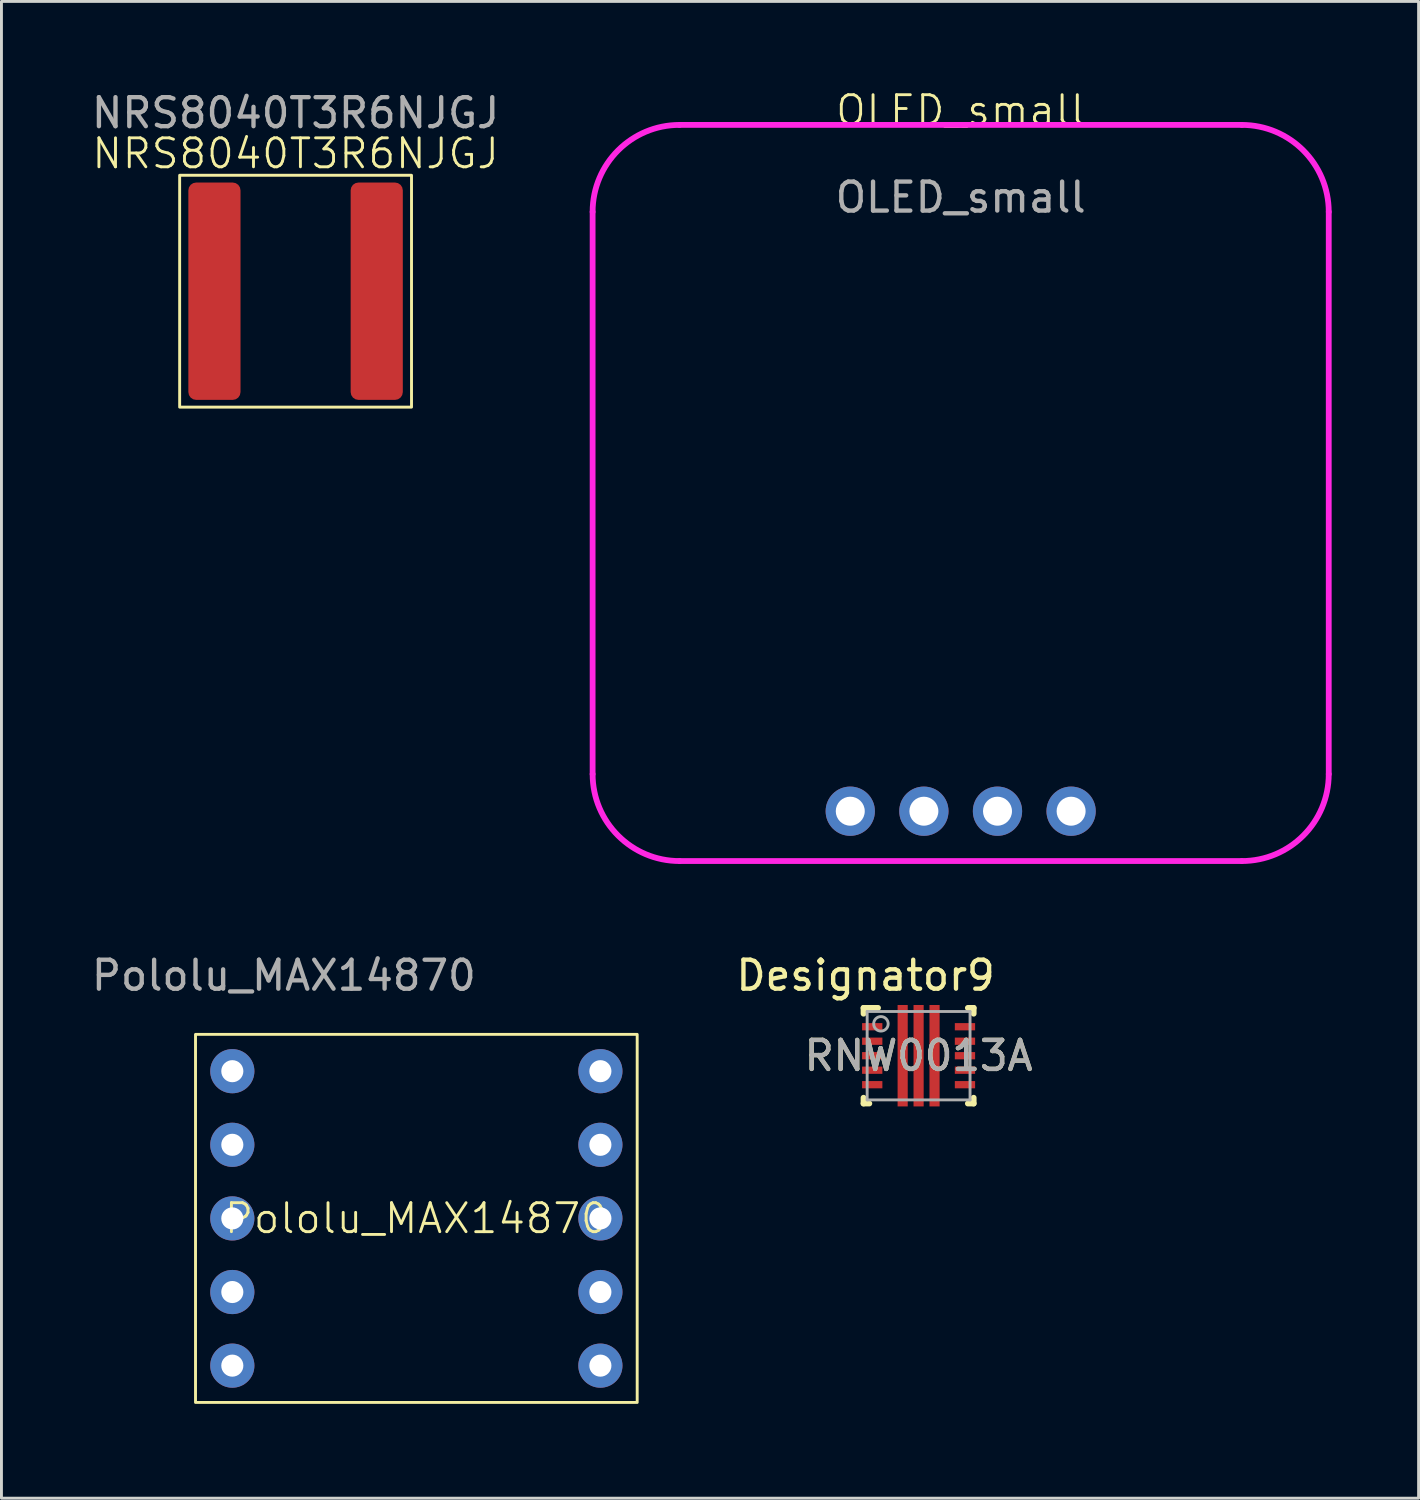
<source format=kicad_pcb>
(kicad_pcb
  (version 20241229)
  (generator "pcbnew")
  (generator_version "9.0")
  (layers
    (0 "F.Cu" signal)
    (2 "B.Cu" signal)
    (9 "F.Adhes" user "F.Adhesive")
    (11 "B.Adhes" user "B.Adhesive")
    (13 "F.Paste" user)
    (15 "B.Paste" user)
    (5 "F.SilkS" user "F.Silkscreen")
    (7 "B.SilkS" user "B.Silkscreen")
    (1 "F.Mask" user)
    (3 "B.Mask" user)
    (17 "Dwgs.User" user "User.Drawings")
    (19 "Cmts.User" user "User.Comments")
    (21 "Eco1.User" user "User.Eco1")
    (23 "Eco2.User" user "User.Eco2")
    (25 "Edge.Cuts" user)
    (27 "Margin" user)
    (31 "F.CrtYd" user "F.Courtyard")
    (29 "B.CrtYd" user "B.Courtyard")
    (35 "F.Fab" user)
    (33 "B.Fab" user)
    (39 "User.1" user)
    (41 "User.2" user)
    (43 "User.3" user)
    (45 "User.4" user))
  (footprint "RNW0013A"
    (layer "F.Cu")
    (at 28.646 33.377)
    (property "Reference" "RNW0013A" (at 0 0 0) (unlocked yes) (layer "F.SilkS") (effects (font (size 1 1) (thickness 0.15))))
    (attr smd)
    (fp_line (start -1.9 -1.65) (end -1.4 -1.65) (stroke (width 0.2) (type solid)) (layer "F.SilkS"))
    (fp_line (start -1.9 -1.45) (end -1.9 -1.65) (stroke (width 0.2) (type solid)) (layer "F.SilkS"))
    (fp_line (start -1.9 1.65) (end -1.9 1.45) (stroke (width 0.2) (type solid)) (layer "F.SilkS"))
    (fp_line (start -1.9 1.65) (end -1.7 1.65) (stroke (width 0.2) (type solid)) (layer "F.SilkS"))
    (fp_line (start 1.7 -1.65) (end 1.9 -1.65) (stroke (width 0.2) (type solid)) (layer "F.SilkS"))
    (fp_line (start 1.7 1.65) (end 1.9 1.65) (stroke (width 0.2) (type solid)) (layer "F.SilkS"))
    (fp_line (start 1.9 -1.45) (end 1.9 -1.65) (stroke (width 0.2) (type solid)) (layer "F.SilkS"))
    (fp_line (start 1.9 1.65) (end 1.9 1.45) (stroke (width 0.2) (type solid)) (layer "F.SilkS"))
    (fp_poly (pts (xy -0.675 -0.75) (xy -0.675 -1.65) (xy -0.674 -1.66) (xy -0.671 -1.669) (xy -0.667 -1.678) (xy -0.66 -1.685) (xy -0.653 -1.692) (xy -0.644 -1.696) (xy -0.635 -1.699) (xy -0.625 -1.7) (xy -0.475 -1.7) (xy -0.465 -1.699) (xy -0.456 -1.696) (xy -0.447 -1.692) (xy -0.44 -1.685) (xy -0.433 -1.678) (xy -0.429 -1.669) (xy -0.426 -1.66) (xy -0.425 -1.65) (xy -0.425 -0.75) (xy -0.426 -0.74) (xy -0.429 -0.731) (xy -0.433 -0.722) (xy -0.44 -0.715) (xy -0.447 -0.708) (xy -0.456 -0.704) (xy -0.465 -0.701) (xy -0.475 -0.7) (xy -0.625 -0.7) (xy -0.635 -0.701) (xy -0.644 -0.704) (xy -0.653 -0.708) (xy -0.66 -0.715) (xy -0.667 -0.722) (xy -0.671 -0.731) (xy -0.674 -0.74)) (stroke (width 0) (type solid)) (fill yes) (layer "F.Paste"))
    (fp_poly (pts (xy -0.675 0.45) (xy -0.675 -0.45) (xy -0.674 -0.46) (xy -0.671 -0.469) (xy -0.667 -0.478) (xy -0.66 -0.485) (xy -0.653 -0.492) (xy -0.644 -0.496) (xy -0.635 -0.499) (xy -0.625 -0.5) (xy -0.475 -0.5) (xy -0.465 -0.499) (xy -0.456 -0.496) (xy -0.447 -0.492) (xy -0.44 -0.485) (xy -0.433 -0.478) (xy -0.429 -0.469) (xy -0.426 -0.46) (xy -0.425 -0.45) (xy -0.425 0.45) (xy -0.426 0.46) (xy -0.429 0.469) (xy -0.433 0.478) (xy -0.44 0.485) (xy -0.447 0.492) (xy -0.456 0.496) (xy -0.465 0.499) (xy -0.475 0.5) (xy -0.625 0.5) (xy -0.635 0.499) (xy -0.644 0.496) (xy -0.653 0.492) (xy -0.66 0.485) (xy -0.667 0.478) (xy -0.671 0.469) (xy -0.674 0.46)) (stroke (width 0) (type solid)) (fill yes) (layer "F.Paste"))
    (fp_poly (pts (xy -0.675 1.65) (xy -0.675 0.75) (xy -0.674 0.74) (xy -0.671 0.731) (xy -0.667 0.722) (xy -0.66 0.715) (xy -0.653 0.708) (xy -0.644 0.704) (xy -0.635 0.701) (xy -0.625 0.7) (xy -0.475 0.7) (xy -0.465 0.701) (xy -0.456 0.704) (xy -0.447 0.708) (xy -0.44 0.715) (xy -0.433 0.722) (xy -0.429 0.731) (xy -0.426 0.74) (xy -0.425 0.75) (xy -0.425 1.65) (xy -0.426 1.66) (xy -0.429 1.669) (xy -0.433 1.678) (xy -0.44 1.685) (xy -0.447 1.692) (xy -0.456 1.696) (xy -0.465 1.699) (xy -0.475 1.7) (xy -0.625 1.7) (xy -0.635 1.699) (xy -0.644 1.696) (xy -0.653 1.692) (xy -0.66 1.685) (xy -0.667 1.678) (xy -0.671 1.669) (xy -0.674 1.66)) (stroke (width 0) (type solid)) (fill yes) (layer "F.Paste"))
    (fp_poly (pts (xy 0.125 -1.65) (xy 0.125 -0.75) (xy 0.124 -0.74) (xy 0.121 -0.731) (xy 0.117 -0.722) (xy 0.11 -0.715) (xy 0.103 -0.708) (xy 0.094 -0.704) (xy 0.085 -0.701) (xy 0.075 -0.7) (xy -0.075 -0.7) (xy -0.085 -0.701) (xy -0.094 -0.704) (xy -0.103 -0.708) (xy -0.11 -0.715) (xy -0.117 -0.722) (xy -0.121 -0.731) (xy -0.124 -0.74) (xy -0.125 -0.75) (xy -0.125 -1.65) (xy -0.124 -1.66) (xy -0.121 -1.669) (xy -0.117 -1.678) (xy -0.11 -1.685) (xy -0.103 -1.692) (xy -0.094 -1.696) (xy -0.085 -1.699) (xy -0.075 -1.7) (xy 0.075 -1.7) (xy 0.085 -1.699) (xy 0.094 -1.696) (xy 0.103 -1.692) (xy 0.11 -1.685) (xy 0.117 -1.678) (xy 0.121 -1.669) (xy 0.124 -1.66)) (stroke (width 0) (type solid)) (fill yes) (layer "F.Paste"))
    (fp_poly (pts (xy 0.125 -0.45) (xy 0.125 0.45) (xy 0.124 0.46) (xy 0.121 0.469) (xy 0.117 0.478) (xy 0.11 0.485) (xy 0.103 0.492) (xy 0.094 0.496) (xy 0.085 0.499) (xy 0.075 0.5) (xy -0.075 0.5) (xy -0.085 0.499) (xy -0.094 0.496) (xy -0.103 0.492) (xy -0.11 0.485) (xy -0.117 0.478) (xy -0.121 0.469) (xy -0.124 0.46) (xy -0.125 0.45) (xy -0.125 -0.45) (xy -0.124 -0.46) (xy -0.121 -0.469) (xy -0.117 -0.478) (xy -0.11 -0.485) (xy -0.103 -0.492) (xy -0.094 -0.496) (xy -0.085 -0.499) (xy -0.075 -0.5) (xy 0.075 -0.5) (xy 0.085 -0.499) (xy 0.094 -0.496) (xy 0.103 -0.492) (xy 0.11 -0.485) (xy 0.117 -0.478) (xy 0.121 -0.469) (xy 0.124 -0.46)) (stroke (width 0) (type solid)) (fill yes) (layer "F.Paste"))
    (fp_poly (pts (xy 0.125 0.75) (xy 0.125 1.65) (xy 0.124 1.66) (xy 0.121 1.669) (xy 0.117 1.678) (xy 0.11 1.685) (xy 0.103 1.692) (xy 0.094 1.696) (xy 0.085 1.699) (xy 0.075 1.7) (xy -0.075 1.7) (xy -0.085 1.699) (xy -0.094 1.696) (xy -0.103 1.692) (xy -0.11 1.685) (xy -0.117 1.678) (xy -0.121 1.669) (xy -0.124 1.66) (xy -0.125 1.65) (xy -0.125 0.75) (xy -0.124 0.74) (xy -0.121 0.731) (xy -0.117 0.722) (xy -0.11 0.715) (xy -0.103 0.708) (xy -0.094 0.704) (xy -0.085 0.701) (xy -0.075 0.7) (xy 0.075 0.7) (xy 0.085 0.701) (xy 0.094 0.704) (xy 0.103 0.708) (xy 0.11 0.715) (xy 0.117 0.722) (xy 0.121 0.731) (xy 0.124 0.74)) (stroke (width 0) (type solid)) (fill yes) (layer "F.Paste"))
    (fp_poly (pts (xy 0.675 -1.65) (xy 0.675 -0.75) (xy 0.674 -0.74) (xy 0.671 -0.731) (xy 0.667 -0.722) (xy 0.66 -0.715) (xy 0.653 -0.708) (xy 0.644 -0.704) (xy 0.635 -0.701) (xy 0.625 -0.7) (xy 0.475 -0.7) (xy 0.465 -0.701) (xy 0.456 -0.704) (xy 0.447 -0.708) (xy 0.44 -0.715) (xy 0.433 -0.722) (xy 0.429 -0.731) (xy 0.426 -0.74) (xy 0.425 -0.75) (xy 0.425 -1.65) (xy 0.426 -1.66) (xy 0.429 -1.669) (xy 0.433 -1.678) (xy 0.44 -1.685) (xy 0.447 -1.692) (xy 0.456 -1.696) (xy 0.465 -1.699) (xy 0.475 -1.7) (xy 0.625 -1.7) (xy 0.635 -1.699) (xy 0.644 -1.696) (xy 0.653 -1.692) (xy 0.66 -1.685) (xy 0.667 -1.678) (xy 0.671 -1.669) (xy 0.674 -1.66)) (stroke (width 0) (type solid)) (fill yes) (layer "F.Paste"))
    (fp_poly (pts (xy 0.675 -0.45) (xy 0.675 0.45) (xy 0.674 0.46) (xy 0.671 0.469) (xy 0.667 0.478) (xy 0.66 0.485) (xy 0.653 0.492) (xy 0.644 0.496) (xy 0.635 0.499) (xy 0.625 0.5) (xy 0.475 0.5) (xy 0.465 0.499) (xy 0.456 0.496) (xy 0.447 0.492) (xy 0.44 0.485) (xy 0.433 0.478) (xy 0.429 0.469) (xy 0.426 0.46) (xy 0.425 0.45) (xy 0.425 -0.45) (xy 0.426 -0.46) (xy 0.429 -0.469) (xy 0.433 -0.478) (xy 0.44 -0.485) (xy 0.447 -0.492) (xy 0.456 -0.496) (xy 0.465 -0.499) (xy 0.475 -0.5) (xy 0.625 -0.5) (xy 0.635 -0.499) (xy 0.644 -0.496) (xy 0.653 -0.492) (xy 0.66 -0.485) (xy 0.667 -0.478) (xy 0.671 -0.469) (xy 0.674 -0.46)) (stroke (width 0) (type solid)) (fill yes) (layer "F.Paste"))
    (fp_poly (pts (xy 0.675 0.75) (xy 0.675 1.65) (xy 0.674 1.66) (xy 0.671 1.669) (xy 0.667 1.678) (xy 0.66 1.685) (xy 0.653 1.692) (xy 0.644 1.696) (xy 0.635 1.699) (xy 0.625 1.7) (xy 0.475 1.7) (xy 0.465 1.699) (xy 0.456 1.696) (xy 0.447 1.692) (xy 0.44 1.685) (xy 0.433 1.678) (xy 0.429 1.669) (xy 0.426 1.66) (xy 0.425 1.65) (xy 0.425 0.75) (xy 0.426 0.74) (xy 0.429 0.731) (xy 0.433 0.722) (xy 0.44 0.715) (xy 0.447 0.708) (xy 0.456 0.704) (xy 0.465 0.701) (xy 0.475 0.7) (xy 0.625 0.7) (xy 0.635 0.701) (xy 0.644 0.704) (xy 0.653 0.708) (xy 0.66 0.715) (xy 0.667 0.722) (xy 0.671 0.731) (xy 0.674 0.74)) (stroke (width 0) (type solid)) (fill yes) (layer "F.Paste"))
    (fp_line (start -1.775 -1.525) (end 1.775 -1.525) (stroke (width 0.1) (type solid)) (layer "F.Fab"))
    (fp_line (start -1.775 1.525) (end -1.775 -1.525) (stroke (width 0.1) (type solid)) (layer "F.Fab"))
    (fp_line (start -1.775 1.525) (end 1.775 1.525) (stroke (width 0.1) (type solid)) (layer "F.Fab"))
    (fp_line (start 1.775 1.525) (end 1.775 -1.525) (stroke (width 0.1) (type solid)) (layer "F.Fab"))
    (fp_circle (center -1.3 -1.1) (end -1.05 -1.1) (stroke (width 0.1) (type solid)) (fill no) (layer "F.Fab"))
    (fp_text user "Designator9" (at -1.829 -2.769 0) (unlocked yes) (layer "F.SilkS") (effects (font (size 1 1) (thickness 0.15))))
    (fp_text user "${REFERENCE}" (at 0 0 0) (unlocked yes) (layer "F.Fab") (effects (font (size 1 1) (thickness 0.15))))
    (pad "1" smd rect (at -1.6 -1) (size 0.7 0.25) (layers "F.Cu" "F.Mask" "F.Paste"))
    (pad "2" smd rect (at -1.6 -0.5) (size 0.7 0.25) (layers "F.Cu" "F.Mask" "F.Paste"))
    (pad "3" smd rect (at -1.6 -0.000003) (size 0.7 0.25) (layers "F.Cu" "F.Mask" "F.Paste"))
    (pad "4" smd rect (at -1.6 0.5) (size 0.7 0.25) (layers "F.Cu" "F.Mask" "F.Paste"))
    (pad "5" smd rect (at -1.6 1) (size 0.7 0.25) (layers "F.Cu" "F.Mask" "F.Paste"))
    (pad "6" smd rect (at -0.55 0) (size 0.35 3.5) (layers "F.Cu" "F.Mask"))
    (pad "7" smd rect (at 0 0) (size 0.35 3.5) (layers "F.Cu" "F.Mask"))
    (pad "8" smd rect (at 0.55 0) (size 0.35 3.5) (layers "F.Cu" "F.Mask"))
    (pad "9" smd rect (at 1.6 1) (size 0.7 0.25) (layers "F.Cu" "F.Mask" "F.Paste"))
    (pad "10" smd rect (at 1.6 0.5) (size 0.7 0.25) (layers "F.Cu" "F.Mask" "F.Paste"))
    (pad "11" smd rect (at 1.6 0) (size 0.7 0.25) (layers "F.Cu" "F.Mask" "F.Paste"))
    (pad "12" smd rect (at 1.6 -0.5) (size 0.7 0.25) (layers "F.Cu" "F.Mask" "F.Paste"))
    (pad "13" smd rect (at 1.6 -1) (size 0.7 0.25) (layers "F.Cu" "F.Mask" "F.Paste")))
  (footprint "NRS8040T3R6NJGJ"
    (layer "F.Cu")
    (at 7.149 3.248)
    (property "Reference" "NRS8040T3R6NJGJ" (at 0 -1 0) (unlocked yes) (layer "F.SilkS") (effects (font (size 1 1) (thickness 0.1))))
    (attr smd)
    (fp_rect (start -4 -0.25) (end 4 7.75) (stroke (width 0.1) (type default)) (fill no) (layer "F.SilkS"))
    (fp_text user "${REFERENCE}" (at 0 -2.4 0) (unlocked yes) (layer "F.Fab") (effects (font (size 1 1) (thickness 0.15))))
    (pad "1" smd roundrect (at -2.8 3.75) (size 1.8 7.5) (layers "F.Cu" "F.Mask" "F.Paste") (roundrect_rratio 0.15))
    (pad "2" smd roundrect (at 2.8 3.75) (size 1.8 7.5) (layers "F.Cu" "F.Mask" "F.Paste") (roundrect_rratio 0.15)))
  (footprint "Pololu_MAX14870"
    (layer "F.Cu")
    (at 11.316 38.991)
    (property "Reference" "Pololu_MAX14870" (at 0 0 0) (unlocked yes) (layer "F.SilkS") (effects (font (size 1 1) (thickness 0.1))))
    (attr smd)
    (fp_rect (start -7.62 -6.35) (end 7.62 6.35) (stroke (width 0.1) (type default)) (fill no) (layer "F.SilkS"))
    (fp_rect (start -7.874 -6.604) (end 7.874 6.604) (stroke (width 0.1) (type default)) (fill no) (layer "Margin"))
    (fp_text user "${REFERENCE}" (at -4.572 -8.382 0) (unlocked yes) (layer "F.Fab") (effects (font (size 1 1) (thickness 0.15))))
    (pad "1" thru_hole circle (at -6.35 -5.08) (size 1.524 1.524) (drill 0.762) (layers "*.Cu" "*.Mask"))
    (pad "2" thru_hole circle (at 6.35 -5.08) (size 1.524 1.524) (drill 0.762) (layers "*.Cu" "*.Mask"))
    (pad "3" thru_hole circle (at -6.35 -2.54) (size 1.524 1.524) (drill 0.762) (layers "*.Cu" "*.Mask"))
    (pad "4" thru_hole circle (at 6.35 -2.54) (size 1.524 1.524) (drill 0.762) (layers "*.Cu" "*.Mask"))
    (pad "5" thru_hole circle (at -6.35 0) (size 1.524 1.524) (drill 0.762) (layers "*.Cu" "*.Mask"))
    (pad "6" thru_hole circle (at 6.35 0) (size 1.524 1.524) (drill 0.762) (layers "*.Cu" "*.Mask"))
    (pad "7" thru_hole circle (at -6.35 2.54) (size 1.524 1.524) (drill 0.762) (layers "*.Cu" "*.Mask"))
    (pad "8" thru_hole circle (at 6.35 2.54) (size 1.524 1.524) (drill 0.762) (layers "*.Cu" "*.Mask"))
    (pad "9" thru_hole circle (at -6.35 5.08) (size 1.524 1.524) (drill 0.762) (layers "*.Cu" "*.Mask"))
    (pad "10" thru_hole circle (at 6.35 5.08) (size 1.524 1.524) (drill 0.762) (layers "*.Cu" "*.Mask")))
  (footprint "OLED_small"
    (layer "F.Cu")
    (at 30.098 1.26)
    (property "Reference" "OLED_small" (at 0 -0.5 0) (unlocked yes) (layer "F.SilkS") (effects (font (size 1 1) (thickness 0.1))))
    (attr smd)
    (fp_line (start -12.7 3) (end -12.7 22.4) (stroke (width 0.2) (type solid)) (layer "F.CrtYd"))
    (fp_line (start -9.7 25.4) (end 9.7 25.4) (stroke (width 0.2) (type solid)) (layer "F.CrtYd"))
    (fp_line (start 0 0) (end -9.7 0) (stroke (width 0.2) (type solid)) (layer "F.CrtYd"))
    (fp_line (start 0 0) (end 9.7 0) (stroke (width 0.2) (type solid)) (layer "F.CrtYd"))
    (fp_line (start 12.7 22.4) (end 12.7 3) (stroke (width 0.2) (type solid)) (layer "F.CrtYd"))
    (fp_arc (start -12.7 3) (mid -11.82132 0.87868) (end -9.7 0) (stroke (width 0.2) (type solid)) (layer "F.CrtYd"))
    (fp_arc (start -9.7 25.4) (mid -11.82132 24.52132) (end -12.7 22.4) (stroke (width 0.2) (type solid)) (layer "F.CrtYd"))
    (fp_arc (start 9.7 0) (mid 11.82132 0.87868) (end 12.7 3) (stroke (width 0.2) (type solid)) (layer "F.CrtYd"))
    (fp_arc (start 12.7 22.4) (mid 11.82132 24.52132) (end 9.7 25.4) (stroke (width 0.2) (type solid)) (layer "F.CrtYd"))
    (fp_text user "${REFERENCE}" (at 0 2.5 0) (unlocked yes) (layer "F.Fab") (effects (font (size 1 1) (thickness 0.15))))
    (pad "1" thru_hole circle (at -3.81 23.68) (size 1.7 1.7) (drill 1) (layers "*.Cu" "*.Mask"))
    (pad "2" thru_hole circle (at -1.27 23.68) (size 1.7 1.7) (drill 1) (layers "*.Cu" "*.Mask"))
    (pad "3" thru_hole circle (at 1.27 23.68) (size 1.7 1.7) (drill 1) (layers "*.Cu" "*.Mask"))
    (pad "4" thru_hole circle (at 3.81 23.68) (size 1.7 1.7) (drill 1) (layers "*.Cu" "*.Mask")))
  (gr_rect
    (start -3 -3)
    (end 45.898 48.645)
    (stroke (width 0.1) (type default))
    (fill no)
    (layer "Edge.Cuts")))
</source>
